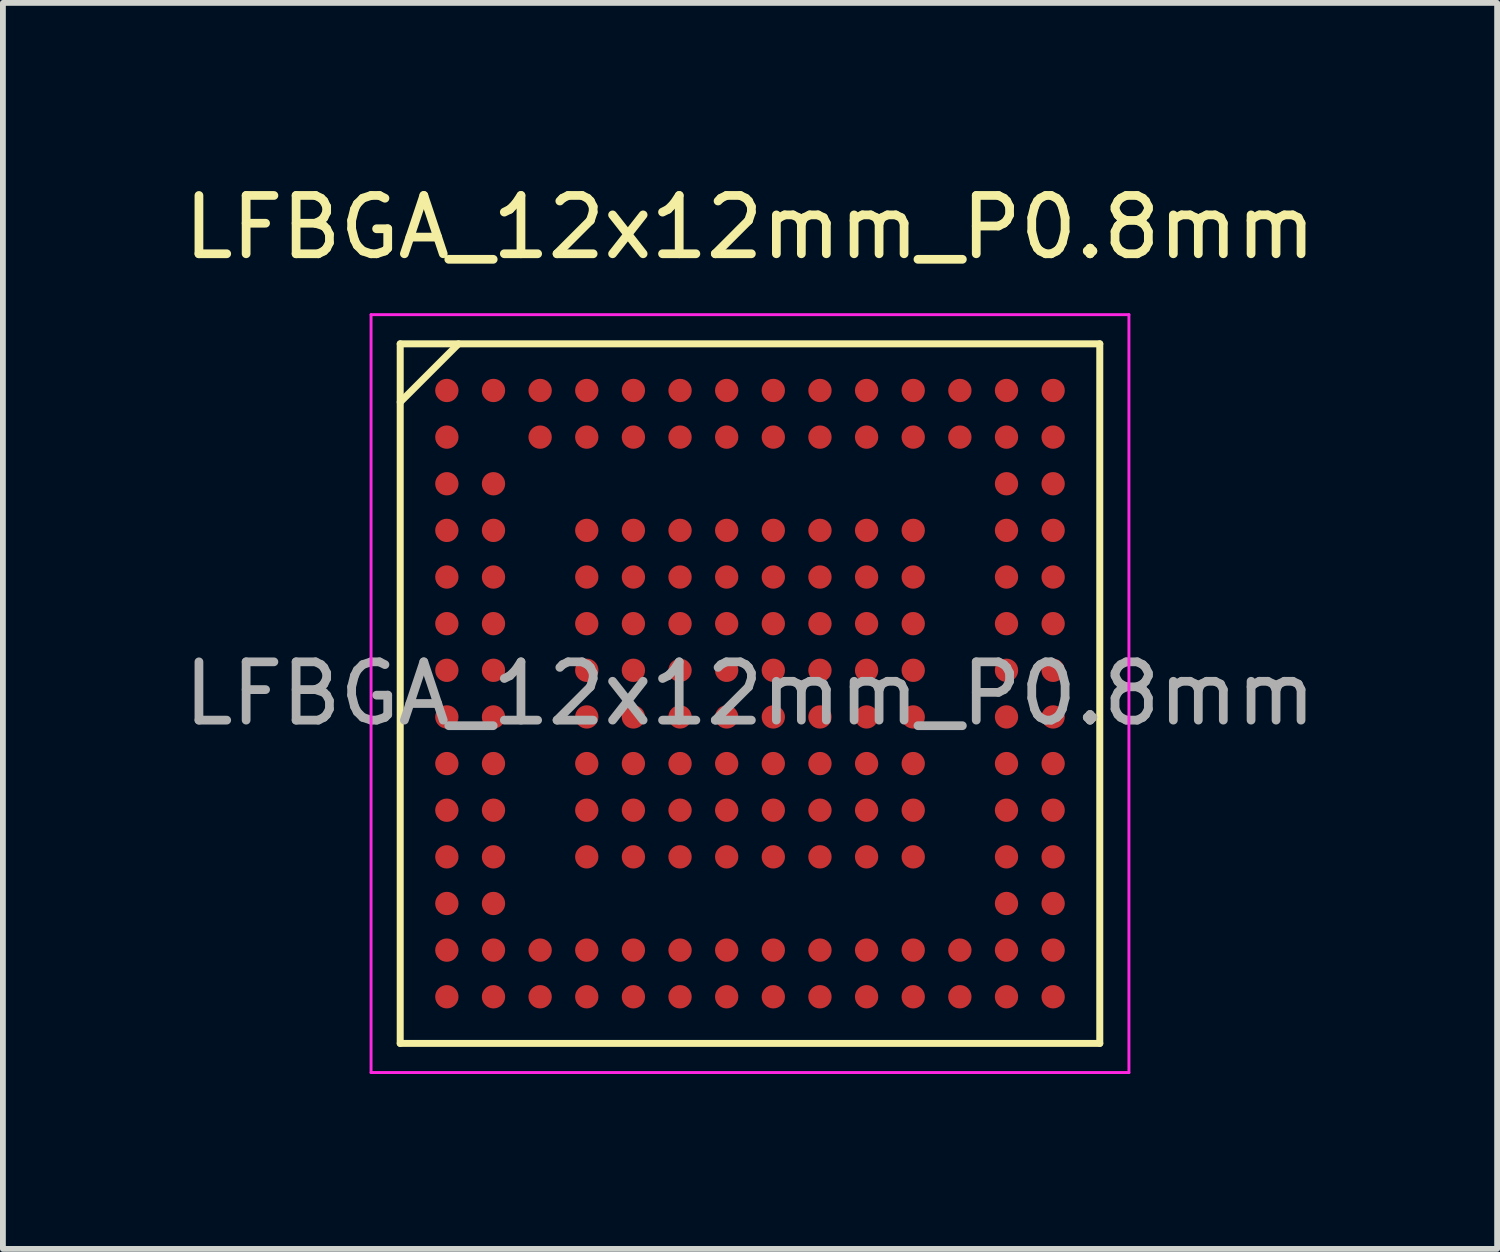
<source format=kicad_pcb>
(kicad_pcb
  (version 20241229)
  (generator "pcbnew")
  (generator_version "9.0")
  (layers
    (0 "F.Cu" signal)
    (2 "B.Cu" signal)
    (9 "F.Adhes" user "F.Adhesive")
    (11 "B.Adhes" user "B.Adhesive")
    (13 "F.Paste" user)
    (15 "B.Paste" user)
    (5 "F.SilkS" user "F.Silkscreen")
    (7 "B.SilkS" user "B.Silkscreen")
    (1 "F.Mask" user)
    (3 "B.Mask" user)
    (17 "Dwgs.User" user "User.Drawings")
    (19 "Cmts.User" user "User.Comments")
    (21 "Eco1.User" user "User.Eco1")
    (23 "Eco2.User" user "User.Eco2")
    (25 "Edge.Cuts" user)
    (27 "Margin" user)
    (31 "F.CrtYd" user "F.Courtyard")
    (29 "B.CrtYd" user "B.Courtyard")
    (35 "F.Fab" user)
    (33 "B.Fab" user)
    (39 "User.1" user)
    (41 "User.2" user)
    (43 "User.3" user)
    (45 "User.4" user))
  (footprint "LFBGA_12x12mm_P0.8mm"
    (layer "F.Cu")
    (at 9.815 8.848)
    (property "Reference" "LFBGA_12x12mm_P0.8mm" (at 0 -8 0) (layer "F.SilkS") (effects (font (size 1 1) (thickness 0.15))))
    (attr smd)
    (fp_line (start -6 -6) (end 6 -6) (stroke (width 0.12) (type solid)) (layer "F.SilkS"))
    (fp_line (start -6 -5) (end -5 -6) (stroke (width 0.12) (type solid)) (layer "F.SilkS"))
    (fp_line (start -6 6) (end -6 -6) (stroke (width 0.12) (type solid)) (layer "F.SilkS"))
    (fp_line (start 6 -6) (end 6 6) (stroke (width 0.12) (type solid)) (layer "F.SilkS"))
    (fp_line (start 6 6) (end -6 6) (stroke (width 0.12) (type solid)) (layer "F.SilkS"))
    (fp_line (start -6.5 -6.5) (end 6.5 -6.5) (stroke (width 0.05) (type solid)) (layer "F.CrtYd"))
    (fp_line (start -6.5 6.5) (end -6.5 -6.5) (stroke (width 0.05) (type solid)) (layer "F.CrtYd"))
    (fp_line (start 6.5 -6.5) (end 6.5 6.5) (stroke (width 0.05) (type solid)) (layer "F.CrtYd"))
    (fp_line (start 6.5 6.5) (end -6.5 6.5) (stroke (width 0.05) (type solid)) (layer "F.CrtYd"))
    (fp_text user "${REFERENCE}" (at 0 0 0) (layer "F.Fab") (effects (font (size 1 1) (thickness 0.15))))
    (pad "A1" smd circle (at -5.2 -5.2) (size 0.4 0.4) (layers "F.Cu" "F.Mask" "F.Paste"))
    (pad "A2" smd circle (at -4.4 -5.2) (size 0.4 0.4) (layers "F.Cu" "F.Mask" "F.Paste"))
    (pad "A3" smd circle (at -3.6 -5.2) (size 0.4 0.4) (layers "F.Cu" "F.Mask" "F.Paste"))
    (pad "A4" smd circle (at -2.8 -5.2) (size 0.4 0.4) (layers "F.Cu" "F.Mask" "F.Paste"))
    (pad "A5" smd circle (at -2 -5.2) (size 0.4 0.4) (layers "F.Cu" "F.Mask" "F.Paste"))
    (pad "A6" smd circle (at -1.2 -5.2) (size 0.4 0.4) (layers "F.Cu" "F.Mask" "F.Paste"))
    (pad "A7" smd circle (at -0.4 -5.2) (size 0.4 0.4) (layers "F.Cu" "F.Mask" "F.Paste"))
    (pad "A8" smd circle (at 0.4 -5.2) (size 0.4 0.4) (layers "F.Cu" "F.Mask" "F.Paste"))
    (pad "A9" smd circle (at 1.2 -5.2) (size 0.4 0.4) (layers "F.Cu" "F.Mask" "F.Paste"))
    (pad "A10" smd circle (at 2 -5.2) (size 0.4 0.4) (layers "F.Cu" "F.Mask" "F.Paste"))
    (pad "A11" smd circle (at 2.8 -5.2) (size 0.4 0.4) (layers "F.Cu" "F.Mask" "F.Paste"))
    (pad "A12" smd circle (at 3.6 -5.2) (size 0.4 0.4) (layers "F.Cu" "F.Mask" "F.Paste"))
    (pad "A13" smd circle (at 4.4 -5.2) (size 0.4 0.4) (layers "F.Cu" "F.Mask" "F.Paste"))
    (pad "A14" smd circle (at 5.2 -5.2) (size 0.4 0.4) (layers "F.Cu" "F.Mask" "F.Paste"))
    (pad "B1" smd circle (at -5.2 -4.4) (size 0.4 0.4) (layers "F.Cu" "F.Mask" "F.Paste"))
    (pad "B3" smd circle (at -3.6 -4.4) (size 0.4 0.4) (layers "F.Cu" "F.Mask" "F.Paste"))
    (pad "B4" smd circle (at -2.8 -4.4) (size 0.4 0.4) (layers "F.Cu" "F.Mask" "F.Paste"))
    (pad "B5" smd circle (at -2 -4.4) (size 0.4 0.4) (layers "F.Cu" "F.Mask" "F.Paste"))
    (pad "B6" smd circle (at -1.2 -4.4) (size 0.4 0.4) (layers "F.Cu" "F.Mask" "F.Paste"))
    (pad "B7" smd circle (at -0.4 -4.4) (size 0.4 0.4) (layers "F.Cu" "F.Mask" "F.Paste"))
    (pad "B8" smd circle (at 0.4 -4.4) (size 0.4 0.4) (layers "F.Cu" "F.Mask" "F.Paste"))
    (pad "B9" smd circle (at 1.2 -4.4) (size 0.4 0.4) (layers "F.Cu" "F.Mask" "F.Paste"))
    (pad "B10" smd circle (at 2 -4.4) (size 0.4 0.4) (layers "F.Cu" "F.Mask" "F.Paste"))
    (pad "B11" smd circle (at 2.8 -4.4) (size 0.4 0.4) (layers "F.Cu" "F.Mask" "F.Paste"))
    (pad "B12" smd circle (at 3.6 -4.4) (size 0.4 0.4) (layers "F.Cu" "F.Mask" "F.Paste"))
    (pad "B13" smd circle (at 4.4 -4.4) (size 0.4 0.4) (layers "F.Cu" "F.Mask" "F.Paste"))
    (pad "B14" smd circle (at 5.2 -4.4) (size 0.4 0.4) (layers "F.Cu" "F.Mask" "F.Paste"))
    (pad "C1" smd circle (at -5.2 -3.6) (size 0.4 0.4) (layers "F.Cu" "F.Mask" "F.Paste"))
    (pad "C2" smd circle (at -4.4 -3.6) (size 0.4 0.4) (layers "F.Cu" "F.Mask" "F.Paste"))
    (pad "C13" smd circle (at 4.4 -3.6) (size 0.4 0.4) (layers "F.Cu" "F.Mask" "F.Paste"))
    (pad "C14" smd circle (at 5.2 -3.6) (size 0.4 0.4) (layers "F.Cu" "F.Mask" "F.Paste"))
    (pad "D1" smd circle (at -5.2 -2.8) (size 0.4 0.4) (layers "F.Cu" "F.Mask" "F.Paste"))
    (pad "D2" smd circle (at -4.4 -2.8) (size 0.4 0.4) (layers "F.Cu" "F.Mask" "F.Paste"))
    (pad "D4" smd circle (at -2.8 -2.8) (size 0.4 0.4) (layers "F.Cu" "F.Mask" "F.Paste"))
    (pad "D5" smd circle (at -2 -2.8) (size 0.4 0.4) (layers "F.Cu" "F.Mask" "F.Paste"))
    (pad "D6" smd circle (at -1.2 -2.8) (size 0.4 0.4) (layers "F.Cu" "F.Mask" "F.Paste"))
    (pad "D7" smd circle (at -0.4 -2.8) (size 0.4 0.4) (layers "F.Cu" "F.Mask" "F.Paste"))
    (pad "D8" smd circle (at 0.4 -2.8) (size 0.4 0.4) (layers "F.Cu" "F.Mask" "F.Paste"))
    (pad "D9" smd circle (at 1.2 -2.8) (size 0.4 0.4) (layers "F.Cu" "F.Mask" "F.Paste"))
    (pad "D10" smd circle (at 2 -2.8) (size 0.4 0.4) (layers "F.Cu" "F.Mask" "F.Paste"))
    (pad "D11" smd circle (at 2.8 -2.8) (size 0.4 0.4) (layers "F.Cu" "F.Mask" "F.Paste"))
    (pad "D13" smd circle (at 4.4 -2.8) (size 0.4 0.4) (layers "F.Cu" "F.Mask" "F.Paste"))
    (pad "D14" smd circle (at 5.2 -2.8) (size 0.4 0.4) (layers "F.Cu" "F.Mask" "F.Paste"))
    (pad "E1" smd circle (at -5.2 -2) (size 0.4 0.4) (layers "F.Cu" "F.Mask" "F.Paste"))
    (pad "E2" smd circle (at -4.4 -2) (size 0.4 0.4) (layers "F.Cu" "F.Mask" "F.Paste"))
    (pad "E4" smd circle (at -2.8 -2) (size 0.4 0.4) (layers "F.Cu" "F.Mask" "F.Paste"))
    (pad "E5" smd circle (at -2 -2) (size 0.4 0.4) (layers "F.Cu" "F.Mask" "F.Paste"))
    (pad "E6" smd circle (at -1.2 -2) (size 0.4 0.4) (layers "F.Cu" "F.Mask" "F.Paste"))
    (pad "E7" smd circle (at -0.4 -2) (size 0.4 0.4) (layers "F.Cu" "F.Mask" "F.Paste"))
    (pad "E8" smd circle (at 0.4 -2) (size 0.4 0.4) (layers "F.Cu" "F.Mask" "F.Paste"))
    (pad "E9" smd circle (at 1.2 -2) (size 0.4 0.4) (layers "F.Cu" "F.Mask" "F.Paste"))
    (pad "E10" smd circle (at 2 -2) (size 0.4 0.4) (layers "F.Cu" "F.Mask" "F.Paste"))
    (pad "E11" smd circle (at 2.8 -2) (size 0.4 0.4) (layers "F.Cu" "F.Mask" "F.Paste"))
    (pad "E13" smd circle (at 4.4 -2) (size 0.4 0.4) (layers "F.Cu" "F.Mask" "F.Paste"))
    (pad "E14" smd circle (at 5.2 -2) (size 0.4 0.4) (layers "F.Cu" "F.Mask" "F.Paste"))
    (pad "F1" smd circle (at -5.2 -1.2) (size 0.4 0.4) (layers "F.Cu" "F.Mask" "F.Paste"))
    (pad "F2" smd circle (at -4.4 -1.2) (size 0.4 0.4) (layers "F.Cu" "F.Mask" "F.Paste"))
    (pad "F4" smd circle (at -2.8 -1.2) (size 0.4 0.4) (layers "F.Cu" "F.Mask" "F.Paste"))
    (pad "F5" smd circle (at -2 -1.2) (size 0.4 0.4) (layers "F.Cu" "F.Mask" "F.Paste"))
    (pad "F6" smd circle (at -1.2 -1.2) (size 0.4 0.4) (layers "F.Cu" "F.Mask" "F.Paste"))
    (pad "F7" smd circle (at -0.4 -1.2) (size 0.4 0.4) (layers "F.Cu" "F.Mask" "F.Paste"))
    (pad "F8" smd circle (at 0.4 -1.2) (size 0.4 0.4) (layers "F.Cu" "F.Mask" "F.Paste"))
    (pad "F9" smd circle (at 1.2 -1.2) (size 0.4 0.4) (layers "F.Cu" "F.Mask" "F.Paste"))
    (pad "F10" smd circle (at 2 -1.2) (size 0.4 0.4) (layers "F.Cu" "F.Mask" "F.Paste"))
    (pad "F11" smd circle (at 2.8 -1.2) (size 0.4 0.4) (layers "F.Cu" "F.Mask" "F.Paste"))
    (pad "F13" smd circle (at 4.4 -1.2) (size 0.4 0.4) (layers "F.Cu" "F.Mask" "F.Paste"))
    (pad "F14" smd circle (at 5.2 -1.2) (size 0.4 0.4) (layers "F.Cu" "F.Mask" "F.Paste"))
    (pad "G1" smd circle (at -5.2 -0.4) (size 0.4 0.4) (layers "F.Cu" "F.Mask" "F.Paste"))
    (pad "G2" smd circle (at -4.4 -0.4) (size 0.4 0.4) (layers "F.Cu" "F.Mask" "F.Paste"))
    (pad "G4" smd circle (at -2.8 -0.4) (size 0.4 0.4) (layers "F.Cu" "F.Mask" "F.Paste"))
    (pad "G5" smd circle (at -2 -0.4) (size 0.4 0.4) (layers "F.Cu" "F.Mask" "F.Paste"))
    (pad "G6" smd circle (at -1.2 -0.4) (size 0.4 0.4) (layers "F.Cu" "F.Mask" "F.Paste"))
    (pad "G7" smd circle (at -0.4 -0.4) (size 0.4 0.4) (layers "F.Cu" "F.Mask" "F.Paste"))
    (pad "G8" smd circle (at 0.4 -0.4) (size 0.4 0.4) (layers "F.Cu" "F.Mask" "F.Paste"))
    (pad "G9" smd circle (at 1.2 -0.4) (size 0.4 0.4) (layers "F.Cu" "F.Mask" "F.Paste"))
    (pad "G10" smd circle (at 2 -0.4) (size 0.4 0.4) (layers "F.Cu" "F.Mask" "F.Paste"))
    (pad "G11" smd circle (at 2.8 -0.4) (size 0.4 0.4) (layers "F.Cu" "F.Mask" "F.Paste"))
    (pad "G13" smd circle (at 4.4 -0.4) (size 0.4 0.4) (layers "F.Cu" "F.Mask" "F.Paste"))
    (pad "G14" smd circle (at 5.2 -0.4) (size 0.4 0.4) (layers "F.Cu" "F.Mask" "F.Paste"))
    (pad "H1" smd circle (at -5.2 0.4) (size 0.4 0.4) (layers "F.Cu" "F.Mask" "F.Paste"))
    (pad "H2" smd circle (at -4.4 0.4) (size 0.4 0.4) (layers "F.Cu" "F.Mask" "F.Paste"))
    (pad "H4" smd circle (at -2.8 0.4) (size 0.4 0.4) (layers "F.Cu" "F.Mask" "F.Paste"))
    (pad "H5" smd circle (at -2 0.4) (size 0.4 0.4) (layers "F.Cu" "F.Mask" "F.Paste"))
    (pad "H6" smd circle (at -1.2 0.4) (size 0.4 0.4) (layers "F.Cu" "F.Mask" "F.Paste"))
    (pad "H7" smd circle (at -0.4 0.4) (size 0.4 0.4) (layers "F.Cu" "F.Mask" "F.Paste"))
    (pad "H8" smd circle (at 0.4 0.4) (size 0.4 0.4) (layers "F.Cu" "F.Mask" "F.Paste"))
    (pad "H9" smd circle (at 1.2 0.4) (size 0.4 0.4) (layers "F.Cu" "F.Mask" "F.Paste"))
    (pad "H10" smd circle (at 2 0.4) (size 0.4 0.4) (layers "F.Cu" "F.Mask" "F.Paste"))
    (pad "H11" smd circle (at 2.8 0.4) (size 0.4 0.4) (layers "F.Cu" "F.Mask" "F.Paste"))
    (pad "H13" smd circle (at 4.4 0.4) (size 0.4 0.4) (layers "F.Cu" "F.Mask" "F.Paste"))
    (pad "H14" smd circle (at 5.2 0.4) (size 0.4 0.4) (layers "F.Cu" "F.Mask" "F.Paste"))
    (pad "J1" smd circle (at -5.2 1.2) (size 0.4 0.4) (layers "F.Cu" "F.Mask" "F.Paste"))
    (pad "J2" smd circle (at -4.4 1.2) (size 0.4 0.4) (layers "F.Cu" "F.Mask" "F.Paste"))
    (pad "J4" smd circle (at -2.8 1.2) (size 0.4 0.4) (layers "F.Cu" "F.Mask" "F.Paste"))
    (pad "J5" smd circle (at -2 1.2) (size 0.4 0.4) (layers "F.Cu" "F.Mask" "F.Paste"))
    (pad "J6" smd circle (at -1.2 1.2) (size 0.4 0.4) (layers "F.Cu" "F.Mask" "F.Paste"))
    (pad "J7" smd circle (at -0.4 1.2) (size 0.4 0.4) (layers "F.Cu" "F.Mask" "F.Paste"))
    (pad "J8" smd circle (at 0.4 1.2) (size 0.4 0.4) (layers "F.Cu" "F.Mask" "F.Paste"))
    (pad "J9" smd circle (at 1.2 1.2) (size 0.4 0.4) (layers "F.Cu" "F.Mask" "F.Paste"))
    (pad "J10" smd circle (at 2 1.2) (size 0.4 0.4) (layers "F.Cu" "F.Mask" "F.Paste"))
    (pad "J11" smd circle (at 2.8 1.2) (size 0.4 0.4) (layers "F.Cu" "F.Mask" "F.Paste"))
    (pad "J13" smd circle (at 4.4 1.2) (size 0.4 0.4) (layers "F.Cu" "F.Mask" "F.Paste"))
    (pad "J14" smd circle (at 5.2 1.2) (size 0.4 0.4) (layers "F.Cu" "F.Mask" "F.Paste"))
    (pad "K1" smd circle (at -5.2 2) (size 0.4 0.4) (layers "F.Cu" "F.Mask" "F.Paste"))
    (pad "K2" smd circle (at -4.4 2) (size 0.4 0.4) (layers "F.Cu" "F.Mask" "F.Paste"))
    (pad "K4" smd circle (at -2.8 2) (size 0.4 0.4) (layers "F.Cu" "F.Mask" "F.Paste"))
    (pad "K5" smd circle (at -2 2) (size 0.4 0.4) (layers "F.Cu" "F.Mask" "F.Paste"))
    (pad "K6" smd circle (at -1.2 2) (size 0.4 0.4) (layers "F.Cu" "F.Mask" "F.Paste"))
    (pad "K7" smd circle (at -0.4 2) (size 0.4 0.4) (layers "F.Cu" "F.Mask" "F.Paste"))
    (pad "K8" smd circle (at 0.4 2) (size 0.4 0.4) (layers "F.Cu" "F.Mask" "F.Paste"))
    (pad "K9" smd circle (at 1.2 2) (size 0.4 0.4) (layers "F.Cu" "F.Mask" "F.Paste"))
    (pad "K10" smd circle (at 2 2) (size 0.4 0.4) (layers "F.Cu" "F.Mask" "F.Paste"))
    (pad "K11" smd circle (at 2.8 2) (size 0.4 0.4) (layers "F.Cu" "F.Mask" "F.Paste"))
    (pad "K13" smd circle (at 4.4 2) (size 0.4 0.4) (layers "F.Cu" "F.Mask" "F.Paste"))
    (pad "K14" smd circle (at 5.2 2) (size 0.4 0.4) (layers "F.Cu" "F.Mask" "F.Paste"))
    (pad "L1" smd circle (at -5.2 2.8) (size 0.4 0.4) (layers "F.Cu" "F.Mask" "F.Paste"))
    (pad "L2" smd circle (at -4.4 2.8) (size 0.4 0.4) (layers "F.Cu" "F.Mask" "F.Paste"))
    (pad "L4" smd circle (at -2.8 2.8) (size 0.4 0.4) (layers "F.Cu" "F.Mask" "F.Paste"))
    (pad "L5" smd circle (at -2 2.8) (size 0.4 0.4) (layers "F.Cu" "F.Mask" "F.Paste"))
    (pad "L6" smd circle (at -1.2 2.8) (size 0.4 0.4) (layers "F.Cu" "F.Mask" "F.Paste"))
    (pad "L7" smd circle (at -0.4 2.8) (size 0.4 0.4) (layers "F.Cu" "F.Mask" "F.Paste"))
    (pad "L8" smd circle (at 0.4 2.8) (size 0.4 0.4) (layers "F.Cu" "F.Mask" "F.Paste"))
    (pad "L9" smd circle (at 1.2 2.8) (size 0.4 0.4) (layers "F.Cu" "F.Mask" "F.Paste"))
    (pad "L10" smd circle (at 2 2.8) (size 0.4 0.4) (layers "F.Cu" "F.Mask" "F.Paste"))
    (pad "L11" smd circle (at 2.8 2.8) (size 0.4 0.4) (layers "F.Cu" "F.Mask" "F.Paste"))
    (pad "L13" smd circle (at 4.4 2.8) (size 0.4 0.4) (layers "F.Cu" "F.Mask" "F.Paste"))
    (pad "L14" smd circle (at 5.2 2.8) (size 0.4 0.4) (layers "F.Cu" "F.Mask" "F.Paste"))
    (pad "M1" smd circle (at -5.2 3.6) (size 0.4 0.4) (layers "F.Cu" "F.Mask" "F.Paste"))
    (pad "M2" smd circle (at -4.4 3.6) (size 0.4 0.4) (layers "F.Cu" "F.Mask" "F.Paste"))
    (pad "M13" smd circle (at 4.4 3.6) (size 0.4 0.4) (layers "F.Cu" "F.Mask" "F.Paste"))
    (pad "M14" smd circle (at 5.2 3.6) (size 0.4 0.4) (layers "F.Cu" "F.Mask" "F.Paste"))
    (pad "N1" smd circle (at -5.2 4.4) (size 0.4 0.4) (layers "F.Cu" "F.Mask" "F.Paste"))
    (pad "N2" smd circle (at -4.4 4.4) (size 0.4 0.4) (layers "F.Cu" "F.Mask" "F.Paste"))
    (pad "N3" smd circle (at -3.6 4.4) (size 0.4 0.4) (layers "F.Cu" "F.Mask" "F.Paste"))
    (pad "N4" smd circle (at -2.8 4.4) (size 0.4 0.4) (layers "F.Cu" "F.Mask" "F.Paste"))
    (pad "N5" smd circle (at -2 4.4) (size 0.4 0.4) (layers "F.Cu" "F.Mask" "F.Paste"))
    (pad "N6" smd circle (at -1.2 4.4) (size 0.4 0.4) (layers "F.Cu" "F.Mask" "F.Paste"))
    (pad "N7" smd circle (at -0.4 4.4) (size 0.4 0.4) (layers "F.Cu" "F.Mask" "F.Paste"))
    (pad "N8" smd circle (at 0.4 4.4) (size 0.4 0.4) (layers "F.Cu" "F.Mask" "F.Paste"))
    (pad "N9" smd circle (at 1.2 4.4) (size 0.4 0.4) (layers "F.Cu" "F.Mask" "F.Paste"))
    (pad "N10" smd circle (at 2 4.4) (size 0.4 0.4) (layers "F.Cu" "F.Mask" "F.Paste"))
    (pad "N11" smd circle (at 2.8 4.4) (size 0.4 0.4) (layers "F.Cu" "F.Mask" "F.Paste"))
    (pad "N12" smd circle (at 3.6 4.4) (size 0.4 0.4) (layers "F.Cu" "F.Mask" "F.Paste"))
    (pad "N13" smd circle (at 4.4 4.4) (size 0.4 0.4) (layers "F.Cu" "F.Mask" "F.Paste"))
    (pad "N14" smd circle (at 5.2 4.4) (size 0.4 0.4) (layers "F.Cu" "F.Mask" "F.Paste"))
    (pad "P1" smd circle (at -5.2 5.2) (size 0.4 0.4) (layers "F.Cu" "F.Mask" "F.Paste"))
    (pad "P2" smd circle (at -4.4 5.2) (size 0.4 0.4) (layers "F.Cu" "F.Mask" "F.Paste"))
    (pad "P3" smd circle (at -3.6 5.2) (size 0.4 0.4) (layers "F.Cu" "F.Mask" "F.Paste"))
    (pad "P4" smd circle (at -2.8 5.2) (size 0.4 0.4) (layers "F.Cu" "F.Mask" "F.Paste"))
    (pad "P5" smd circle (at -2 5.2) (size 0.4 0.4) (layers "F.Cu" "F.Mask" "F.Paste"))
    (pad "P6" smd circle (at -1.2 5.2) (size 0.4 0.4) (layers "F.Cu" "F.Mask" "F.Paste"))
    (pad "P7" smd circle (at -0.4 5.2) (size 0.4 0.4) (layers "F.Cu" "F.Mask" "F.Paste"))
    (pad "P8" smd circle (at 0.4 5.2) (size 0.4 0.4) (layers "F.Cu" "F.Mask" "F.Paste"))
    (pad "P9" smd circle (at 1.2 5.2) (size 0.4 0.4) (layers "F.Cu" "F.Mask" "F.Paste"))
    (pad "P10" smd circle (at 2 5.2) (size 0.4 0.4) (layers "F.Cu" "F.Mask" "F.Paste"))
    (pad "P11" smd circle (at 2.8 5.2) (size 0.4 0.4) (layers "F.Cu" "F.Mask" "F.Paste"))
    (pad "P12" smd circle (at 3.6 5.2) (size 0.4 0.4) (layers "F.Cu" "F.Mask" "F.Paste"))
    (pad "P13" smd circle (at 4.4 5.2) (size 0.4 0.4) (layers "F.Cu" "F.Mask" "F.Paste"))
    (pad "P14" smd circle (at 5.2 5.2) (size 0.4 0.4) (layers "F.Cu" "F.Mask" "F.Paste")))
  (gr_rect
    (start -3 -3)
    (end 22.631 18.373)
    (stroke (width 0.1) (type default))
    (fill no)
    (layer "Edge.Cuts")))
</source>
